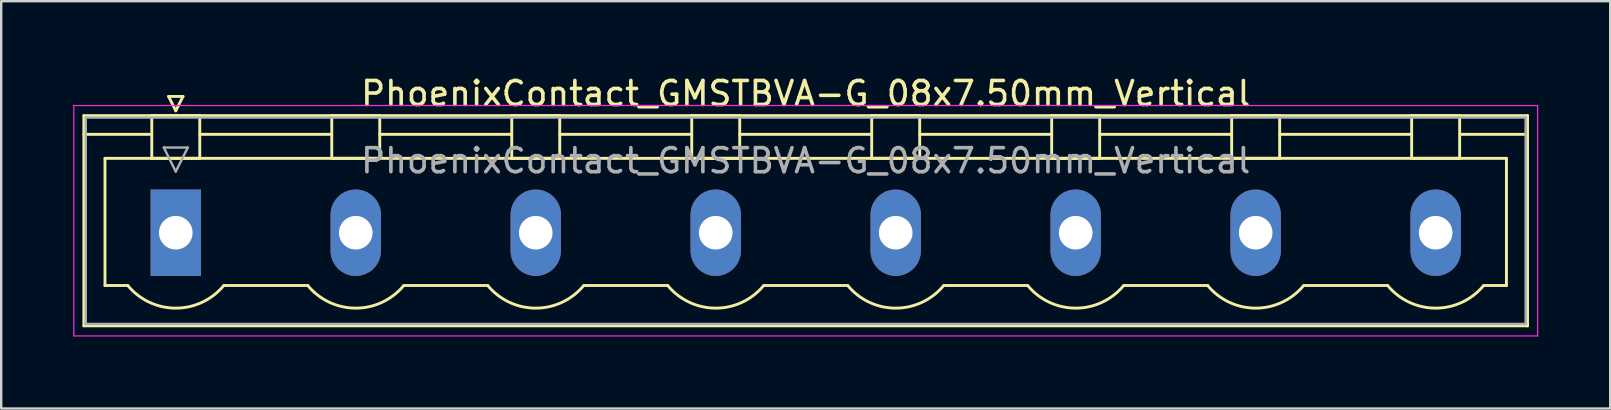
<source format=kicad_pcb>
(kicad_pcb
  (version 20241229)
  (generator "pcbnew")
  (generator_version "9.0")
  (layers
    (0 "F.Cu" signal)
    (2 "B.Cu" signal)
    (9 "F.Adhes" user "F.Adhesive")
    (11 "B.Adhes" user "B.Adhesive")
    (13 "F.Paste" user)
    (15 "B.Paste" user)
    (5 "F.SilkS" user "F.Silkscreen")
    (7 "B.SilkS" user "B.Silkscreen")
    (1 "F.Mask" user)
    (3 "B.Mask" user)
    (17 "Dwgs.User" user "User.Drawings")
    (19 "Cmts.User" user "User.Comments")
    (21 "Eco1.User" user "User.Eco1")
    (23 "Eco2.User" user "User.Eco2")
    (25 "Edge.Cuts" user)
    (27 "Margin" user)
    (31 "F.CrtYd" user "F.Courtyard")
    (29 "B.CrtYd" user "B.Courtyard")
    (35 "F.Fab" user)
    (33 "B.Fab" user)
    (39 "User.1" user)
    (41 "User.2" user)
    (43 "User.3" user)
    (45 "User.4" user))
  (footprint "PhoenixContact_GMSTBVA-G_08x7.50mm_Vertical"
    (layer "F.Cu")
    (at 4.275 6.648)
    (property "Reference" "PhoenixContact_GMSTBVA-G_08x7.50mm_Vertical" (at 26.25 -5.8 0) (layer "F.SilkS") (effects (font (size 1 1) (thickness 0.15))))
    (attr through_hole)
    (fp_line (start -3.83 -4.88) (end -3.83 3.88) (stroke (width 0.12) (type solid)) (layer "F.SilkS"))
    (fp_line (start -3.83 -4.1) (end -1.08 -4.1) (stroke (width 0.12) (type solid)) (layer "F.SilkS"))
    (fp_line (start -3.83 3.88) (end 56.33 3.88) (stroke (width 0.12) (type solid)) (layer "F.SilkS"))
    (fp_line (start -2.95 -3.1) (end 55.45 -3.1) (stroke (width 0.12) (type solid)) (layer "F.SilkS"))
    (fp_line (start -2.95 2.2) (end -2.95 -3.1) (stroke (width 0.12) (type solid)) (layer "F.SilkS"))
    (fp_line (start -2 2.2) (end -2.95 2.2) (stroke (width 0.12) (type solid)) (layer "F.SilkS"))
    (fp_line (start -1 -4.88) (end 1 -4.88) (stroke (width 0.12) (type solid)) (layer "F.SilkS"))
    (fp_line (start -1 -3.1) (end -1 -4.88) (stroke (width 0.12) (type solid)) (layer "F.SilkS"))
    (fp_line (start -0.3 -5.68) (end 0.3 -5.68) (stroke (width 0.12) (type solid)) (layer "F.SilkS"))
    (fp_line (start 0 -5.08) (end -0.3 -5.68) (stroke (width 0.12) (type solid)) (layer "F.SilkS"))
    (fp_line (start 0.3 -5.68) (end 0 -5.08) (stroke (width 0.12) (type solid)) (layer "F.SilkS"))
    (fp_line (start 1 -4.88) (end 1 -3.1) (stroke (width 0.12) (type solid)) (layer "F.SilkS"))
    (fp_line (start 1 -4.1) (end 6.5 -4.1) (stroke (width 0.12) (type solid)) (layer "F.SilkS"))
    (fp_line (start 1 -3.1) (end -1 -3.1) (stroke (width 0.12) (type solid)) (layer "F.SilkS"))
    (fp_line (start 2 2.2) (end 5.5 2.2) (stroke (width 0.12) (type solid)) (layer "F.SilkS"))
    (fp_line (start 6.5 -4.88) (end 8.5 -4.88) (stroke (width 0.12) (type solid)) (layer "F.SilkS"))
    (fp_line (start 6.5 -3.1) (end 6.5 -4.88) (stroke (width 0.12) (type solid)) (layer "F.SilkS"))
    (fp_line (start 8.5 -4.88) (end 8.5 -3.1) (stroke (width 0.12) (type solid)) (layer "F.SilkS"))
    (fp_line (start 8.5 -4.1) (end 14 -4.1) (stroke (width 0.12) (type solid)) (layer "F.SilkS"))
    (fp_line (start 8.5 -3.1) (end 6.5 -3.1) (stroke (width 0.12) (type solid)) (layer "F.SilkS"))
    (fp_line (start 9.5 2.2) (end 13 2.2) (stroke (width 0.12) (type solid)) (layer "F.SilkS"))
    (fp_line (start 14 -4.88) (end 16 -4.88) (stroke (width 0.12) (type solid)) (layer "F.SilkS"))
    (fp_line (start 14 -3.1) (end 14 -4.88) (stroke (width 0.12) (type solid)) (layer "F.SilkS"))
    (fp_line (start 16 -4.88) (end 16 -3.1) (stroke (width 0.12) (type solid)) (layer "F.SilkS"))
    (fp_line (start 16 -4.1) (end 21.5 -4.1) (stroke (width 0.12) (type solid)) (layer "F.SilkS"))
    (fp_line (start 16 -3.1) (end 14 -3.1) (stroke (width 0.12) (type solid)) (layer "F.SilkS"))
    (fp_line (start 17 2.2) (end 20.5 2.2) (stroke (width 0.12) (type solid)) (layer "F.SilkS"))
    (fp_line (start 21.5 -4.88) (end 23.5 -4.88) (stroke (width 0.12) (type solid)) (layer "F.SilkS"))
    (fp_line (start 21.5 -3.1) (end 21.5 -4.88) (stroke (width 0.12) (type solid)) (layer "F.SilkS"))
    (fp_line (start 23.5 -4.88) (end 23.5 -3.1) (stroke (width 0.12) (type solid)) (layer "F.SilkS"))
    (fp_line (start 23.5 -4.1) (end 29 -4.1) (stroke (width 0.12) (type solid)) (layer "F.SilkS"))
    (fp_line (start 23.5 -3.1) (end 21.5 -3.1) (stroke (width 0.12) (type solid)) (layer "F.SilkS"))
    (fp_line (start 24.5 2.2) (end 28 2.2) (stroke (width 0.12) (type solid)) (layer "F.SilkS"))
    (fp_line (start 29 -4.88) (end 31 -4.88) (stroke (width 0.12) (type solid)) (layer "F.SilkS"))
    (fp_line (start 29 -3.1) (end 29 -4.88) (stroke (width 0.12) (type solid)) (layer "F.SilkS"))
    (fp_line (start 31 -4.88) (end 31 -3.1) (stroke (width 0.12) (type solid)) (layer "F.SilkS"))
    (fp_line (start 31 -4.1) (end 36.5 -4.1) (stroke (width 0.12) (type solid)) (layer "F.SilkS"))
    (fp_line (start 31 -3.1) (end 29 -3.1) (stroke (width 0.12) (type solid)) (layer "F.SilkS"))
    (fp_line (start 32 2.2) (end 35.5 2.2) (stroke (width 0.12) (type solid)) (layer "F.SilkS"))
    (fp_line (start 36.5 -4.88) (end 38.5 -4.88) (stroke (width 0.12) (type solid)) (layer "F.SilkS"))
    (fp_line (start 36.5 -3.1) (end 36.5 -4.88) (stroke (width 0.12) (type solid)) (layer "F.SilkS"))
    (fp_line (start 38.5 -4.88) (end 38.5 -3.1) (stroke (width 0.12) (type solid)) (layer "F.SilkS"))
    (fp_line (start 38.5 -4.1) (end 44 -4.1) (stroke (width 0.12) (type solid)) (layer "F.SilkS"))
    (fp_line (start 38.5 -3.1) (end 36.5 -3.1) (stroke (width 0.12) (type solid)) (layer "F.SilkS"))
    (fp_line (start 39.5 2.2) (end 43 2.2) (stroke (width 0.12) (type solid)) (layer "F.SilkS"))
    (fp_line (start 44 -4.88) (end 46 -4.88) (stroke (width 0.12) (type solid)) (layer "F.SilkS"))
    (fp_line (start 44 -3.1) (end 44 -4.88) (stroke (width 0.12) (type solid)) (layer "F.SilkS"))
    (fp_line (start 46 -4.88) (end 46 -3.1) (stroke (width 0.12) (type solid)) (layer "F.SilkS"))
    (fp_line (start 46 -4.1) (end 51.5 -4.1) (stroke (width 0.12) (type solid)) (layer "F.SilkS"))
    (fp_line (start 46 -3.1) (end 44 -3.1) (stroke (width 0.12) (type solid)) (layer "F.SilkS"))
    (fp_line (start 47 2.2) (end 50.5 2.2) (stroke (width 0.12) (type solid)) (layer "F.SilkS"))
    (fp_line (start 51.5 -4.88) (end 53.5 -4.88) (stroke (width 0.12) (type solid)) (layer "F.SilkS"))
    (fp_line (start 51.5 -3.1) (end 51.5 -4.88) (stroke (width 0.12) (type solid)) (layer "F.SilkS"))
    (fp_line (start 53.5 -4.88) (end 53.5 -3.1) (stroke (width 0.12) (type solid)) (layer "F.SilkS"))
    (fp_line (start 53.5 -3.1) (end 51.5 -3.1) (stroke (width 0.12) (type solid)) (layer "F.SilkS"))
    (fp_line (start 55.45 -3.1) (end 55.45 2.2) (stroke (width 0.12) (type solid)) (layer "F.SilkS"))
    (fp_line (start 55.45 2.2) (end 54.5 2.2) (stroke (width 0.12) (type solid)) (layer "F.SilkS"))
    (fp_line (start 56.33 -4.88) (end -3.83 -4.88) (stroke (width 0.12) (type solid)) (layer "F.SilkS"))
    (fp_line (start 56.33 -4.1) (end 53.58 -4.1) (stroke (width 0.12) (type solid)) (layer "F.SilkS"))
    (fp_line (start 56.33 3.88) (end 56.33 -4.88) (stroke (width 0.12) (type solid)) (layer "F.SilkS"))
    (fp_arc (start 1.986842 2.215821) (mid -0.010289 3.142758) (end -2 2.2) (stroke (width 0.12) (type solid)) (layer "F.SilkS"))
    (fp_arc (start 9.486842 2.215821) (mid 7.489711 3.142758) (end 5.5 2.2) (stroke (width 0.12) (type solid)) (layer "F.SilkS"))
    (fp_arc (start 16.986842 2.215821) (mid 14.989711 3.142758) (end 13 2.2) (stroke (width 0.12) (type solid)) (layer "F.SilkS"))
    (fp_arc (start 24.486842 2.215821) (mid 22.489711 3.142758) (end 20.5 2.2) (stroke (width 0.12) (type solid)) (layer "F.SilkS"))
    (fp_arc (start 31.986842 2.215821) (mid 29.989711 3.142758) (end 28 2.2) (stroke (width 0.12) (type solid)) (layer "F.SilkS"))
    (fp_arc (start 39.486842 2.215821) (mid 37.489711 3.142758) (end 35.5 2.2) (stroke (width 0.12) (type solid)) (layer "F.SilkS"))
    (fp_arc (start 46.986842 2.215821) (mid 44.989711 3.142758) (end 43 2.2) (stroke (width 0.12) (type solid)) (layer "F.SilkS"))
    (fp_arc (start 54.486842 2.215821) (mid 52.489711 3.142758) (end 50.5 2.2) (stroke (width 0.12) (type solid)) (layer "F.SilkS"))
    (fp_line (start -4.25 -5.3) (end -4.25 4.3) (stroke (width 0.05) (type solid)) (layer "F.CrtYd"))
    (fp_line (start -4.25 4.3) (end 56.75 4.3) (stroke (width 0.05) (type solid)) (layer "F.CrtYd"))
    (fp_line (start 56.75 -5.3) (end -4.25 -5.3) (stroke (width 0.05) (type solid)) (layer "F.CrtYd"))
    (fp_line (start 56.75 4.3) (end 56.75 -5.3) (stroke (width 0.05) (type solid)) (layer "F.CrtYd"))
    (fp_line (start -3.75 -4.8) (end -3.75 3.8) (stroke (width 0.1) (type solid)) (layer "F.Fab"))
    (fp_line (start -3.75 3.8) (end 56.25 3.8) (stroke (width 0.1) (type solid)) (layer "F.Fab"))
    (fp_line (start -0.5 -3.55) (end 0.5 -3.55) (stroke (width 0.1) (type solid)) (layer "F.Fab"))
    (fp_line (start 0 -2.55) (end -0.5 -3.55) (stroke (width 0.1) (type solid)) (layer "F.Fab"))
    (fp_line (start 0.5 -3.55) (end 0 -2.55) (stroke (width 0.1) (type solid)) (layer "F.Fab"))
    (fp_line (start 56.25 -4.8) (end -3.75 -4.8) (stroke (width 0.1) (type solid)) (layer "F.Fab"))
    (fp_line (start 56.25 3.8) (end 56.25 -4.8) (stroke (width 0.1) (type solid)) (layer "F.Fab"))
    (fp_text user "${REFERENCE}" (at 26.25 -3 0) (layer "F.Fab") (effects (font (size 1 1) (thickness 0.15))))
    (pad "1" thru_hole rect (at 0 0) (size 2.1 3.6) (drill 1.4) (layers "*.Cu" "*.Mask"))
    (pad "2" thru_hole oval (at 7.5 0) (size 2.1 3.6) (drill 1.4) (layers "*.Cu" "*.Mask"))
    (pad "3" thru_hole oval (at 15 0) (size 2.1 3.6) (drill 1.4) (layers "*.Cu" "*.Mask"))
    (pad "4" thru_hole oval (at 22.5 0) (size 2.1 3.6) (drill 1.4) (layers "*.Cu" "*.Mask"))
    (pad "5" thru_hole oval (at 30 0) (size 2.1 3.6) (drill 1.4) (layers "*.Cu" "*.Mask"))
    (pad "6" thru_hole oval (at 37.5 0) (size 2.1 3.6) (drill 1.4) (layers "*.Cu" "*.Mask"))
    (pad "7" thru_hole oval (at 45 0) (size 2.1 3.6) (drill 1.4) (layers "*.Cu" "*.Mask"))
    (pad "8" thru_hole oval (at 52.5 0) (size 2.1 3.6) (drill 1.4) (layers "*.Cu" "*.Mask")))
  (gr_rect
    (start -3 -3)
    (end 64.05 13.973)
    (stroke (width 0.1) (type default))
    (fill no)
    (layer "Edge.Cuts")))
</source>
